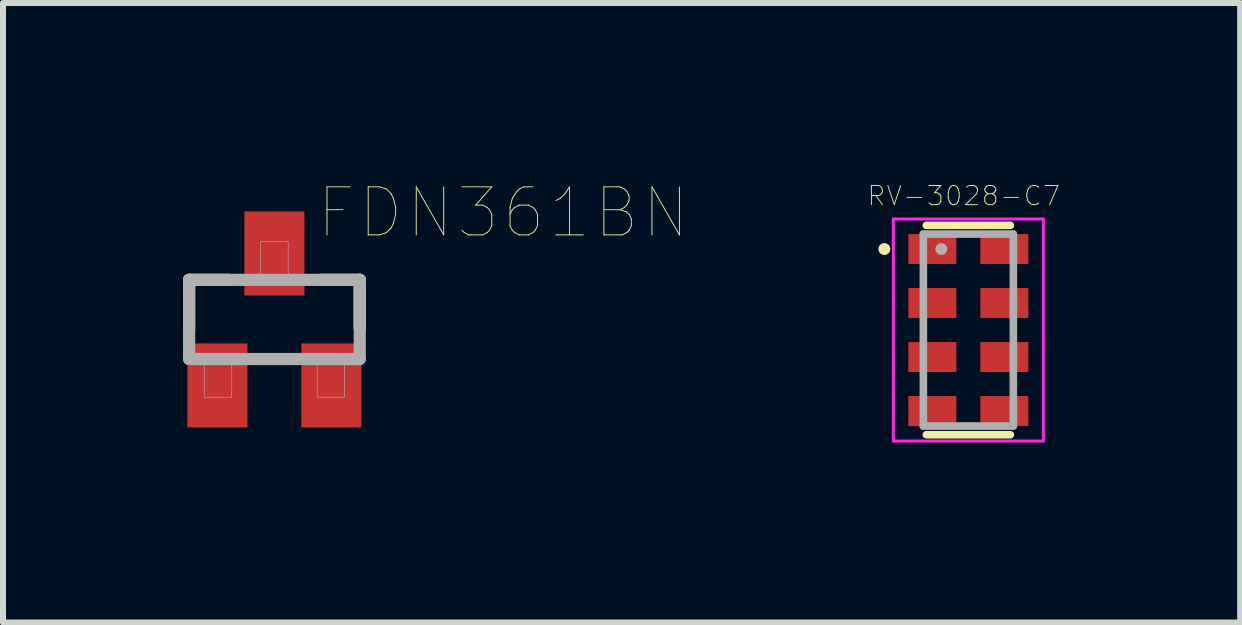
<source format=kicad_pcb>
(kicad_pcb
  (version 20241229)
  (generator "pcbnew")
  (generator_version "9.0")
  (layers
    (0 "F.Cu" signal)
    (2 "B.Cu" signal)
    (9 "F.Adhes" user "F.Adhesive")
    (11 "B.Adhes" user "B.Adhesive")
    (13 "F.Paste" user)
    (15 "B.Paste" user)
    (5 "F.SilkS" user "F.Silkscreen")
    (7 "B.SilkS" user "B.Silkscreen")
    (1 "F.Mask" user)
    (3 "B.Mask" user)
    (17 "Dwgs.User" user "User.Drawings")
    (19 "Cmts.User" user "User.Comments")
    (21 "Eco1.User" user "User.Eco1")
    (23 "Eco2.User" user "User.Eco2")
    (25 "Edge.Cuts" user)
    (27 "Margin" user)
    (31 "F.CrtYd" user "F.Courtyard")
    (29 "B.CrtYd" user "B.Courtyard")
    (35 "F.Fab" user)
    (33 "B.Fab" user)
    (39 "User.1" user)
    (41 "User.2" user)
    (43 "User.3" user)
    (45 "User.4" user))
  (footprint "RV-3028-C7"
    (layer "F.Cu")
    (at 13.09 2.451)
    (property "Reference" "RV-3028-C7" (at -0.077 -2.237 0) (layer "F.SilkS") (effects (font (size 0.32 0.32) (thickness 0.015))))
    (attr through_hole)
    (fp_line (start 0.7 -1.745) (end -0.7 -1.745) (stroke (width 0.127) (type solid)) (layer "F.SilkS"))
    (fp_line (start 0.7 1.745) (end -0.7 1.745) (stroke (width 0.127) (type solid)) (layer "F.SilkS"))
    (fp_circle (center -1.4 -1.35) (end -1.35 -1.35) (stroke (width 0.1) (type solid)) (fill no) (layer "F.SilkS"))
    (fp_line (start -1.25 -1.85) (end -1.25 1.85) (stroke (width 0.05) (type solid)) (layer "F.CrtYd"))
    (fp_line (start -1.25 1.85) (end 1.25 1.85) (stroke (width 0.05) (type solid)) (layer "F.CrtYd"))
    (fp_line (start 1.25 -1.85) (end -1.25 -1.85) (stroke (width 0.05) (type solid)) (layer "F.CrtYd"))
    (fp_line (start 1.25 1.85) (end 1.25 -1.85) (stroke (width 0.05) (type solid)) (layer "F.CrtYd"))
    (fp_line (start -0.75 -1.6) (end 0.75 -1.6) (stroke (width 0.127) (type solid)) (layer "F.Fab"))
    (fp_line (start -0.75 1.6) (end -0.75 -1.6) (stroke (width 0.127) (type solid)) (layer "F.Fab"))
    (fp_line (start 0.75 -1.6) (end 0.75 1.6) (stroke (width 0.127) (type solid)) (layer "F.Fab"))
    (fp_line (start 0.75 1.6) (end -0.75 1.6) (stroke (width 0.127) (type solid)) (layer "F.Fab"))
    (fp_circle (center -0.45 -1.35) (end -0.4 -1.35) (stroke (width 0.1) (type solid)) (fill no) (layer "F.Fab"))
    (pad "1" smd rect (at -0.6 -1.35) (size 0.8 0.5) (layers "F.Cu" "F.Mask" "F.Paste"))
    (pad "2" smd rect (at -0.6 -0.45) (size 0.8 0.5) (layers "F.Cu" "F.Mask" "F.Paste"))
    (pad "3" smd rect (at -0.6 0.45) (size 0.8 0.5) (layers "F.Cu" "F.Mask" "F.Paste"))
    (pad "4" smd rect (at -0.6 1.35) (size 0.8 0.5) (layers "F.Cu" "F.Mask" "F.Paste"))
    (pad "5" smd rect (at 0.6 1.35) (size 0.8 0.5) (layers "F.Cu" "F.Mask" "F.Paste"))
    (pad "6" smd rect (at 0.6 0.45) (size 0.8 0.5) (layers "F.Cu" "F.Mask" "F.Paste"))
    (pad "7" smd rect (at 0.6 -0.45) (size 0.8 0.5) (layers "F.Cu" "F.Mask" "F.Paste"))
    (pad "8" smd rect (at 0.6 -1.35) (size 0.8 0.5) (layers "F.Cu" "F.Mask" "F.Paste")))
  (footprint "FDN361BN"
    (layer "F.Cu")
    (at 1.524 2.274)
    (property "Reference" "FDN361BN" (at 3.813 -1.779 0) (layer "F.SilkS") (effects (font (size 0.801 0.801) (thickness 0.015))))
    (attr through_hole)
    (fp_line (start -1.422 -0.66) (end -0.764 -0.66) (stroke (width 0.203) (type solid)) (layer "F.SilkS"))
    (fp_line (start -1.422 0.152) (end -1.422 -0.66) (stroke (width 0.203) (type solid)) (layer "F.SilkS"))
    (fp_line (start 0.764 -0.66) (end 1.422 -0.66) (stroke (width 0.203) (type solid)) (layer "F.SilkS"))
    (fp_line (start 1.422 -0.66) (end 1.422 0.152) (stroke (width 0.203) (type solid)) (layer "F.SilkS"))
    (fp_line (start -1.422 -0.66) (end 1.422 -0.66) (stroke (width 0.203) (type solid)) (layer "F.Fab"))
    (fp_line (start -1.422 0.66) (end -1.422 -0.66) (stroke (width 0.203) (type solid)) (layer "F.Fab"))
    (fp_line (start 1.422 -0.66) (end 1.422 0.66) (stroke (width 0.203) (type solid)) (layer "F.Fab"))
    (fp_line (start 1.422 0.66) (end -1.422 0.66) (stroke (width 0.203) (type solid)) (layer "F.Fab"))
    (fp_poly (pts (xy -1.17 0.711) (xy -0.711 0.711) (xy -0.711 1.297) (xy -1.17 1.297)) (stroke (width 0.01) (type solid)) (fill no) (layer "F.Fab"))
    (fp_poly (pts (xy -0.229 -1.295) (xy 0.229 -1.295) (xy 0.229 -0.712) (xy -0.229 -0.712)) (stroke (width 0.01) (type solid)) (fill no) (layer "F.Fab"))
    (fp_poly (pts (xy 0.712 0.711) (xy 1.168 0.711) (xy 1.168 1.297) (xy 0.712 1.297)) (stroke (width 0.01) (type solid)) (fill no) (layer "F.Fab"))
    (pad "1" smd rect (at -0.95 1.1) (size 1 1.4) (layers "F.Cu" "F.Mask" "F.Paste"))
    (pad "2" smd rect (at 0.95 1.1) (size 1 1.4) (layers "F.Cu" "F.Mask" "F.Paste"))
    (pad "3" smd rect (at 0 -1.1) (size 1 1.4) (layers "F.Cu" "F.Mask" "F.Paste")))
  (gr_rect
    (start -3 -3)
    (end 17.62 7.326)
    (stroke (width 0.1) (type default))
    (fill no)
    (layer "Edge.Cuts")))
</source>
